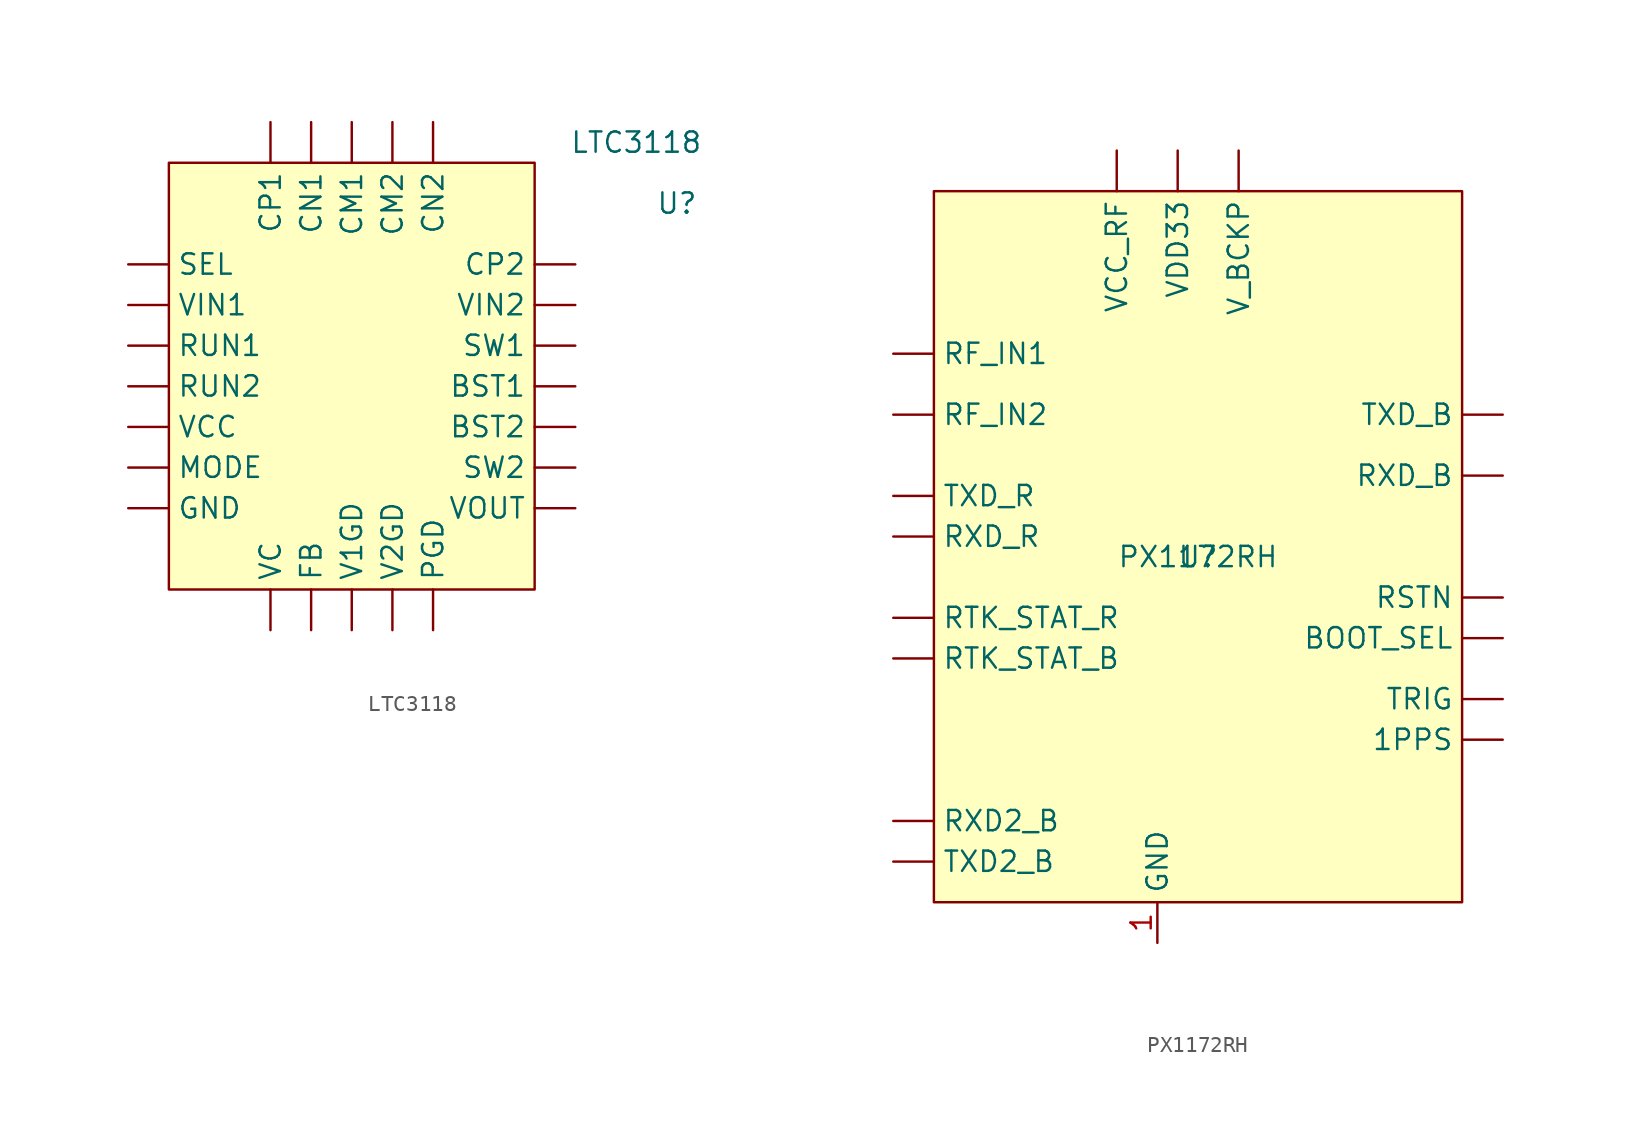
<source format=kicad_sym>
(kicad_symbol_lib
  (version 20211014)
  (generator kicad_symbol_editor)
  (symbol "LTC3118"
    (property "Reference" "U"
      (at 11.43 20.32 0)
      (effects (font (size 1.27 1.27))))
    (property "Value" "LTC3118"
      (at 8.89 24.13 0)
      (effects (font (size 1.27 1.27))))
    (symbol "LTC3118_0_1"
      (rectangle (start -20.32 22.86) (end 2.54 -3.81) (stroke (width 0) (type default) (color 0 0 0 0)) (fill (type background))))
    (symbol "LTC3118_1_1"
      (pin input line (at 5.08 8.89 180) (length 2.54) (name "BST1" (effects (font (size 1.27 1.27)))) (number "" (effects (font (size 1.27 1.27)))))
      (pin input line (at 5.08 6.35 180) (length 2.54) (name "BST2" (effects (font (size 1.27 1.27)))) (number "" (effects (font (size 1.27 1.27)))))
      (pin input line (at -8.89 25.4 270) (length 2.54) (name "CM1" (effects (font (size 1.27 1.27)))) (number "" (effects (font (size 1.27 1.27)))))
      (pin input line (at -6.35 25.4 270) (length 2.54) (name "CM2" (effects (font (size 1.27 1.27)))) (number "" (effects (font (size 1.27 1.27)))))
      (pin input line (at -11.43 25.4 270) (length 2.54) (name "CN1" (effects (font (size 1.27 1.27)))) (number "" (effects (font (size 1.27 1.27)))))
      (pin input line (at -3.81 25.4 270) (length 2.54) (name "CN2" (effects (font (size 1.27 1.27)))) (number "" (effects (font (size 1.27 1.27)))))
      (pin input line (at -13.97 25.4 270) (length 2.54) (name "CP1" (effects (font (size 1.27 1.27)))) (number "" (effects (font (size 1.27 1.27)))))
      (pin input line (at 5.08 16.51 180) (length 2.54) (name "CP2" (effects (font (size 1.27 1.27)))) (number "" (effects (font (size 1.27 1.27)))))
      (pin input line (at -11.43 -6.35 90) (length 2.54) (name "FB" (effects (font (size 1.27 1.27)))) (number "" (effects (font (size 1.27 1.27)))))
      (pin input line (at -22.86 1.27 0) (length 2.54) (name "GND" (effects (font (size 1.27 1.27)))) (number "" (effects (font (size 1.27 1.27)))))
      (pin input line (at -22.86 3.81 0) (length 2.54) (name "MODE" (effects (font (size 1.27 1.27)))) (number "" (effects (font (size 1.27 1.27)))))
      (pin input line (at -3.81 -6.35 90) (length 2.54) (name "PGD" (effects (font (size 1.27 1.27)))) (number "" (effects (font (size 1.27 1.27)))))
      (pin input line (at -22.86 11.43 0) (length 2.54) (name "RUN1" (effects (font (size 1.27 1.27)))) (number "" (effects (font (size 1.27 1.27)))))
      (pin input line (at -22.86 8.89 0) (length 2.54) (name "RUN2" (effects (font (size 1.27 1.27)))) (number "" (effects (font (size 1.27 1.27)))))
      (pin input line (at -22.86 16.51 0) (length 2.54) (name "SEL" (effects (font (size 1.27 1.27)))) (number "" (effects (font (size 1.27 1.27)))))
      (pin input line (at 5.08 11.43 180) (length 2.54) (name "SW1" (effects (font (size 1.27 1.27)))) (number "" (effects (font (size 1.27 1.27)))))
      (pin input line (at 5.08 3.81 180) (length 2.54) (name "SW2" (effects (font (size 1.27 1.27)))) (number "" (effects (font (size 1.27 1.27)))))
      (pin input line (at -8.89 -6.35 90) (length 2.54) (name "V1GD" (effects (font (size 1.27 1.27)))) (number "" (effects (font (size 1.27 1.27)))))
      (pin input line (at -6.35 -6.35 90) (length 2.54) (name "V2GD" (effects (font (size 1.27 1.27)))) (number "" (effects (font (size 1.27 1.27)))))
      (pin input line (at -13.97 -6.35 90) (length 2.54) (name "VC" (effects (font (size 1.27 1.27)))) (number "" (effects (font (size 1.27 1.27)))))
      (pin input line (at -22.86 6.35 0) (length 2.54) (name "VCC" (effects (font (size 1.27 1.27)))) (number "" (effects (font (size 1.27 1.27)))))
      (pin input line (at -22.86 13.97 0) (length 2.54) (name "VIN1" (effects (font (size 1.27 1.27)))) (number "" (effects (font (size 1.27 1.27)))))
      (pin input line (at 5.08 13.97 180) (length 2.54) (name "VIN2" (effects (font (size 1.27 1.27)))) (number "" (effects (font (size 1.27 1.27)))))
      (pin input line (at 5.08 1.27 180) (length 2.54) (name "VOUT" (effects (font (size 1.27 1.27)))) (number "" (effects (font (size 1.27 1.27)))))))
  (symbol "PX1172RH"
    (property "Reference" "U"
      (at 0 0 0)
      (effects (font (size 1.27 1.27))))
    (property "Value" "PX1172RH"
      (at 0 0 0)
      (effects (font (size 1.27 1.27))))
    (symbol "PX1172RH_0_1"
      (rectangle (start 16.51 -21.59) (end -16.51 22.86) (stroke (width 0) (type default) (color 0 0 0 0)) (fill (type background))))
    (symbol "PX1172RH_1_1"
      (pin input line (at 19.05 -11.43 180) (length 2.54) (name "1PPS" (effects (font (size 1.27 1.27)))) (number "" (effects (font (size 1.27 1.27)))))
      (pin input line (at 19.05 -5.08 180) (length 2.54) (name "BOOT_SEL" (effects (font (size 1.27 1.27)))) (number "" (effects (font (size 1.27 1.27)))))
      (pin input line (at -19.05 12.7 0) (length 2.54) (name "RF_IN1" (effects (font (size 1.27 1.27)))) (number "" (effects (font (size 1.27 1.27)))))
      (pin input line (at -19.05 8.89 0) (length 2.54) (name "RF_IN2" (effects (font (size 1.27 1.27)))) (number "" (effects (font (size 1.27 1.27)))))
      (pin input line (at 19.05 -2.54 180) (length 2.54) (name "RSTN" (effects (font (size 1.27 1.27)))) (number "" (effects (font (size 1.27 1.27)))))
      (pin input line (at -19.05 -6.35 0) (length 2.54) (name "RTK_STAT_B" (effects (font (size 1.27 1.27)))) (number "" (effects (font (size 1.27 1.27)))))
      (pin input line (at -19.05 -3.81 0) (length 2.54) (name "RTK_STAT_R" (effects (font (size 1.27 1.27)))) (number "" (effects (font (size 1.27 1.27)))))
      (pin input line (at -19.05 -16.51 0) (length 2.54) (name "RXD2_B" (effects (font (size 1.27 1.27)))) (number "" (effects (font (size 1.27 1.27)))))
      (pin input line (at 19.05 5.08 180) (length 2.54) (name "RXD_B" (effects (font (size 1.27 1.27)))) (number "" (effects (font (size 1.27 1.27)))))
      (pin input line (at -19.05 1.27 0) (length 2.54) (name "RXD_R" (effects (font (size 1.27 1.27)))) (number "" (effects (font (size 1.27 1.27)))))
      (pin input line (at 19.05 -8.89 180) (length 2.54) (name "TRIG" (effects (font (size 1.27 1.27)))) (number "" (effects (font (size 1.27 1.27)))))
      (pin input line (at -19.05 -19.05 0) (length 2.54) (name "TXD2_B" (effects (font (size 1.27 1.27)))) (number "" (effects (font (size 1.27 1.27)))))
      (pin input line (at 19.05 8.89 180) (length 2.54) (name "TXD_B" (effects (font (size 1.27 1.27)))) (number "" (effects (font (size 1.27 1.27)))))
      (pin input line (at -19.05 3.81 0) (length 2.54) (name "TXD_R" (effects (font (size 1.27 1.27)))) (number "" (effects (font (size 1.27 1.27)))))
      (pin input line (at -5.08 25.4 270) (length 2.54) (name "VCC_RF" (effects (font (size 1.27 1.27)))) (number "" (effects (font (size 1.27 1.27)))))
      (pin input line (at -1.27 25.4 270) (length 2.54) (name "VDD33" (effects (font (size 1.27 1.27)))) (number "" (effects (font (size 1.27 1.27)))))
      (pin input line (at 2.54 25.4 270) (length 2.54) (name "V_BCKP" (effects (font (size 1.27 1.27)))) (number "" (effects (font (size 1.27 1.27)))))
      (pin input line (at -2.54 -24.13 90) (length 2.54) (name "GND" (effects (font (size 1.27 1.27)))) (number "1" (effects (font (size 1.27 1.27))))))))
</source>
